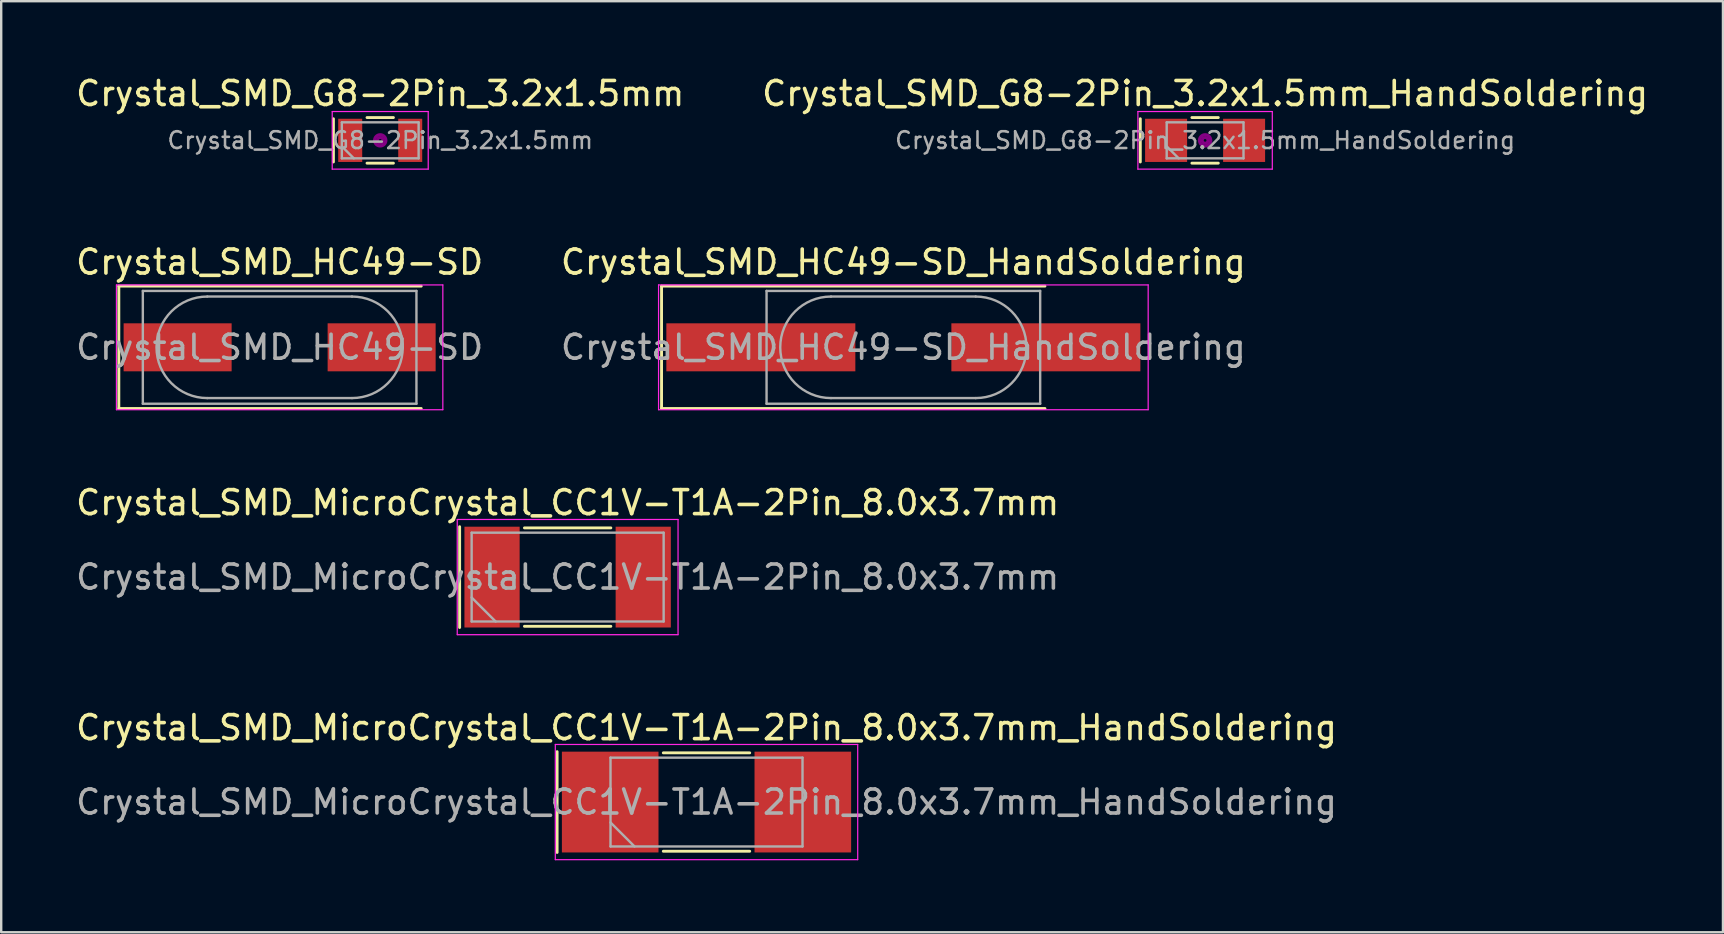
<source format=kicad_pcb>
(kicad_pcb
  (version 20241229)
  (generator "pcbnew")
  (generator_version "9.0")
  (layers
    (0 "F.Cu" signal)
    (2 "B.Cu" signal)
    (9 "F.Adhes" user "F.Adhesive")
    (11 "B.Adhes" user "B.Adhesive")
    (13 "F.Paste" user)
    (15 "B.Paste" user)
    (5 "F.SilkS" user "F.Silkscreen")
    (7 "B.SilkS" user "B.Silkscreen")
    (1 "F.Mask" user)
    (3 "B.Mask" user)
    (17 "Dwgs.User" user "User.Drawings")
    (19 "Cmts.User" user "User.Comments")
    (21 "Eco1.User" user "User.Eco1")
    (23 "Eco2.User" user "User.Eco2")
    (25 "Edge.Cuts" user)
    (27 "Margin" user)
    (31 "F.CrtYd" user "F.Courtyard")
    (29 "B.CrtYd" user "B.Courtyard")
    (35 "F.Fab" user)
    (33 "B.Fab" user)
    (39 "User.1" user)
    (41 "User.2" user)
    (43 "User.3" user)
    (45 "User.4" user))
  (footprint "Crystal_SMD_G8-2Pin_3.2x1.5mm"
    (layer "F.Cu")
    (at 12.792 2.798)
    (property "Reference" "Crystal_SMD_G8-2Pin_3.2x1.5mm" (at 0 -1.95 0) (layer "F.SilkS") (effects (font (size 1 1) (thickness 0.15))))
    (attr smd)
    (fp_line (start -1.95 -0.9) (end -1.95 0.9) (stroke (width 0.12) (type solid)) (layer "F.SilkS"))
    (fp_line (start -0.55 -0.95) (end 0.55 -0.95) (stroke (width 0.12) (type solid)) (layer "F.SilkS"))
    (fp_line (start -0.55 0.95) (end 0.55 0.95) (stroke (width 0.12) (type solid)) (layer "F.SilkS"))
    (fp_circle (center 0 0) (end 0.058 0) (stroke (width 0.117) (type solid)) (fill no) (layer "F.Adhes"))
    (fp_circle (center 0 0) (end 0.133 0) (stroke (width 0.083) (type solid)) (fill no) (layer "F.Adhes"))
    (fp_circle (center 0 0) (end 0.208 0) (stroke (width 0.083) (type solid)) (fill no) (layer "F.Adhes"))
    (fp_circle (center 0 0) (end 0.25 0) (stroke (width 0.1) (type solid)) (fill no) (layer "F.Adhes"))
    (fp_line (start -2 -1.2) (end -2 1.2) (stroke (width 0.05) (type solid)) (layer "F.CrtYd"))
    (fp_line (start -2 1.2) (end 2 1.2) (stroke (width 0.05) (type solid)) (layer "F.CrtYd"))
    (fp_line (start 2 -1.2) (end -2 -1.2) (stroke (width 0.05) (type solid)) (layer "F.CrtYd"))
    (fp_line (start 2 1.2) (end 2 -1.2) (stroke (width 0.05) (type solid)) (layer "F.CrtYd"))
    (fp_line (start -1.6 -0.75) (end -1.6 0.75) (stroke (width 0.1) (type solid)) (layer "F.Fab"))
    (fp_line (start -1.6 0.25) (end -1.1 0.75) (stroke (width 0.1) (type solid)) (layer "F.Fab"))
    (fp_line (start -1.6 0.75) (end 1.6 0.75) (stroke (width 0.1) (type solid)) (layer "F.Fab"))
    (fp_line (start 1.6 -0.75) (end -1.6 -0.75) (stroke (width 0.1) (type solid)) (layer "F.Fab"))
    (fp_line (start 1.6 0.75) (end 1.6 -0.75) (stroke (width 0.1) (type solid)) (layer "F.Fab"))
    (fp_text user "${REFERENCE}" (at 0 0 0) (layer "F.Fab") (effects (font (size 0.7 0.7) (thickness 0.105))))
    (pad "1" smd rect (at -1.25 0) (size 1 1.8) (layers "F.Cu" "F.Mask" "F.Paste"))
    (pad "2" smd rect (at 1.25 0) (size 1 1.8) (layers "F.Cu" "F.Mask" "F.Paste")))
  (footprint "Crystal_SMD_HC49-SD"
    (layer "F.Cu")
    (at 8.601 11.421)
    (property "Reference" "Crystal_SMD_HC49-SD" (at 0 -3.55 0) (layer "F.SilkS") (effects (font (size 1 1) (thickness 0.15))))
    (attr smd)
    (fp_line (start -6.7 -2.55) (end -6.7 2.55) (stroke (width 0.12) (type solid)) (layer "F.SilkS"))
    (fp_line (start -6.7 2.55) (end 5.9 2.55) (stroke (width 0.12) (type solid)) (layer "F.SilkS"))
    (fp_line (start 5.9 -2.55) (end -6.7 -2.55) (stroke (width 0.12) (type solid)) (layer "F.SilkS"))
    (fp_line (start -6.8 -2.6) (end -6.8 2.6) (stroke (width 0.05) (type solid)) (layer "F.CrtYd"))
    (fp_line (start -6.8 2.6) (end 6.8 2.6) (stroke (width 0.05) (type solid)) (layer "F.CrtYd"))
    (fp_line (start 6.8 -2.6) (end -6.8 -2.6) (stroke (width 0.05) (type solid)) (layer "F.CrtYd"))
    (fp_line (start 6.8 2.6) (end 6.8 -2.6) (stroke (width 0.05) (type solid)) (layer "F.CrtYd"))
    (fp_line (start -5.7 -2.35) (end -5.7 2.35) (stroke (width 0.1) (type solid)) (layer "F.Fab"))
    (fp_line (start -5.7 2.35) (end 5.7 2.35) (stroke (width 0.1) (type solid)) (layer "F.Fab"))
    (fp_line (start -3.015 -2.115) (end 3.015 -2.115) (stroke (width 0.1) (type solid)) (layer "F.Fab"))
    (fp_line (start -3.015 2.115) (end 3.015 2.115) (stroke (width 0.1) (type solid)) (layer "F.Fab"))
    (fp_line (start 5.7 -2.35) (end -5.7 -2.35) (stroke (width 0.1) (type solid)) (layer "F.Fab"))
    (fp_line (start 5.7 2.35) (end 5.7 -2.35) (stroke (width 0.1) (type solid)) (layer "F.Fab"))
    (fp_arc (start -3.015 2.115) (mid -5.13 0) (end -3.015 -2.115) (stroke (width 0.1) (type solid)) (layer "F.Fab"))
    (fp_arc (start 3.015 -2.115) (mid 5.13 0) (end 3.015 2.115) (stroke (width 0.1) (type solid)) (layer "F.Fab"))
    (fp_text user "${REFERENCE}" (at 0 0 0) (layer "F.Fab") (effects (font (size 1 1) (thickness 0.15))))
    (pad "1" smd rect (at -4.25 0) (size 4.5 2) (layers "F.Cu" "F.Mask" "F.Paste"))
    (pad "2" smd rect (at 4.25 0) (size 4.5 2) (layers "F.Cu" "F.Mask" "F.Paste")))
  (footprint "Crystal_SMD_HC49-SD_HandSoldering"
    (layer "F.Cu")
    (at 34.589 11.421)
    (property "Reference" "Crystal_SMD_HC49-SD_HandSoldering" (at 0 -3.55 0) (layer "F.SilkS") (effects (font (size 1 1) (thickness 0.15))))
    (attr smd)
    (fp_line (start -10.075 -2.55) (end -10.075 2.55) (stroke (width 0.12) (type solid)) (layer "F.SilkS"))
    (fp_line (start -10.075 2.55) (end 5.9 2.55) (stroke (width 0.12) (type solid)) (layer "F.SilkS"))
    (fp_line (start 5.9 -2.55) (end -10.075 -2.55) (stroke (width 0.12) (type solid)) (layer "F.SilkS"))
    (fp_line (start -10.2 -2.6) (end -10.2 2.6) (stroke (width 0.05) (type solid)) (layer "F.CrtYd"))
    (fp_line (start -10.2 2.6) (end 10.2 2.6) (stroke (width 0.05) (type solid)) (layer "F.CrtYd"))
    (fp_line (start 10.2 -2.6) (end -10.2 -2.6) (stroke (width 0.05) (type solid)) (layer "F.CrtYd"))
    (fp_line (start 10.2 2.6) (end 10.2 -2.6) (stroke (width 0.05) (type solid)) (layer "F.CrtYd"))
    (fp_line (start -5.7 -2.35) (end -5.7 2.35) (stroke (width 0.1) (type solid)) (layer "F.Fab"))
    (fp_line (start -5.7 2.35) (end 5.7 2.35) (stroke (width 0.1) (type solid)) (layer "F.Fab"))
    (fp_line (start -3.015 -2.115) (end 3.015 -2.115) (stroke (width 0.1) (type solid)) (layer "F.Fab"))
    (fp_line (start -3.015 2.115) (end 3.015 2.115) (stroke (width 0.1) (type solid)) (layer "F.Fab"))
    (fp_line (start 5.7 -2.35) (end -5.7 -2.35) (stroke (width 0.1) (type solid)) (layer "F.Fab"))
    (fp_line (start 5.7 2.35) (end 5.7 -2.35) (stroke (width 0.1) (type solid)) (layer "F.Fab"))
    (fp_arc (start -3.015 2.115) (mid -5.13 0) (end -3.015 -2.115) (stroke (width 0.1) (type solid)) (layer "F.Fab"))
    (fp_arc (start 3.015 -2.115) (mid 5.13 0) (end 3.015 2.115) (stroke (width 0.1) (type solid)) (layer "F.Fab"))
    (fp_text user "${REFERENCE}" (at 0 0 0) (layer "F.Fab") (effects (font (size 1 1) (thickness 0.15))))
    (pad "1" smd rect (at -5.938 0) (size 7.875 2) (layers "F.Cu" "F.Mask" "F.Paste"))
    (pad "2" smd rect (at 5.938 0) (size 7.875 2) (layers "F.Cu" "F.Mask" "F.Paste")))
  (footprint "Crystal_SMD_MicroCrystal_CC1V-T1A-2Pin_8.0x3.7mm_HandSoldering"
    (layer "F.Cu")
    (at 26.387 30.368)
    (property "Reference" "Crystal_SMD_MicroCrystal_CC1V-T1A-2Pin_8.0x3.7mm_HandSoldering" (at 0 -3.1 0) (layer "F.SilkS") (effects (font (size 1 1) (thickness 0.15))))
    (attr smd)
    (fp_line (start -6.225 -2.1) (end -6.225 2.1) (stroke (width 0.12) (type solid)) (layer "F.SilkS"))
    (fp_line (start -1.8 -2.05) (end 1.8 -2.05) (stroke (width 0.12) (type solid)) (layer "F.SilkS"))
    (fp_line (start -1.8 2.05) (end 1.8 2.05) (stroke (width 0.12) (type solid)) (layer "F.SilkS"))
    (fp_line (start -6.3 -2.4) (end -6.3 2.4) (stroke (width 0.05) (type solid)) (layer "F.CrtYd"))
    (fp_line (start -6.3 2.4) (end 6.3 2.4) (stroke (width 0.05) (type solid)) (layer "F.CrtYd"))
    (fp_line (start 6.3 -2.4) (end -6.3 -2.4) (stroke (width 0.05) (type solid)) (layer "F.CrtYd"))
    (fp_line (start 6.3 2.4) (end 6.3 -2.4) (stroke (width 0.05) (type solid)) (layer "F.CrtYd"))
    (fp_line (start -4 -1.85) (end -4 1.85) (stroke (width 0.1) (type solid)) (layer "F.Fab"))
    (fp_line (start -4 0.85) (end -3 1.85) (stroke (width 0.1) (type solid)) (layer "F.Fab"))
    (fp_line (start -4 1.85) (end 4 1.85) (stroke (width 0.1) (type solid)) (layer "F.Fab"))
    (fp_line (start 4 -1.85) (end -4 -1.85) (stroke (width 0.1) (type solid)) (layer "F.Fab"))
    (fp_line (start 4 1.85) (end 4 -1.85) (stroke (width 0.1) (type solid)) (layer "F.Fab"))
    (fp_text user "${REFERENCE}" (at 0 0 0) (layer "F.Fab") (effects (font (size 1 1) (thickness 0.15))))
    (pad "1" smd rect (at -4.013 0) (size 4.025 4.2) (layers "F.Cu" "F.Mask" "F.Paste"))
    (pad "2" smd rect (at 4.013 0) (size 4.025 4.2) (layers "F.Cu" "F.Mask" "F.Paste")))
  (footprint "Crystal_SMD_G8-2Pin_3.2x1.5mm_HandSoldering"
    (layer "F.Cu")
    (at 47.161 2.798)
    (property "Reference" "Crystal_SMD_G8-2Pin_3.2x1.5mm_HandSoldering" (at 0 -1.95 0) (layer "F.SilkS") (effects (font (size 1 1) (thickness 0.15))))
    (attr smd)
    (fp_line (start -2.7 -0.9) (end -2.7 0.9) (stroke (width 0.12) (type solid)) (layer "F.SilkS"))
    (fp_line (start -0.55 -0.95) (end 0.55 -0.95) (stroke (width 0.12) (type solid)) (layer "F.SilkS"))
    (fp_line (start -0.55 0.95) (end 0.55 0.95) (stroke (width 0.12) (type solid)) (layer "F.SilkS"))
    (fp_circle (center 0 0) (end 0.058 0) (stroke (width 0.117) (type solid)) (fill no) (layer "F.Adhes"))
    (fp_circle (center 0 0) (end 0.133 0) (stroke (width 0.083) (type solid)) (fill no) (layer "F.Adhes"))
    (fp_circle (center 0 0) (end 0.208 0) (stroke (width 0.083) (type solid)) (fill no) (layer "F.Adhes"))
    (fp_circle (center 0 0) (end 0.25 0) (stroke (width 0.1) (type solid)) (fill no) (layer "F.Adhes"))
    (fp_line (start -2.8 -1.2) (end -2.8 1.2) (stroke (width 0.05) (type solid)) (layer "F.CrtYd"))
    (fp_line (start -2.8 1.2) (end 2.8 1.2) (stroke (width 0.05) (type solid)) (layer "F.CrtYd"))
    (fp_line (start 2.8 -1.2) (end -2.8 -1.2) (stroke (width 0.05) (type solid)) (layer "F.CrtYd"))
    (fp_line (start 2.8 1.2) (end 2.8 -1.2) (stroke (width 0.05) (type solid)) (layer "F.CrtYd"))
    (fp_line (start -1.6 -0.75) (end -1.6 0.75) (stroke (width 0.1) (type solid)) (layer "F.Fab"))
    (fp_line (start -1.6 0.25) (end -1.1 0.75) (stroke (width 0.1) (type solid)) (layer "F.Fab"))
    (fp_line (start -1.6 0.75) (end 1.6 0.75) (stroke (width 0.1) (type solid)) (layer "F.Fab"))
    (fp_line (start 1.6 -0.75) (end -1.6 -0.75) (stroke (width 0.1) (type solid)) (layer "F.Fab"))
    (fp_line (start 1.6 0.75) (end 1.6 -0.75) (stroke (width 0.1) (type solid)) (layer "F.Fab"))
    (fp_text user "${REFERENCE}" (at 0 0 0) (layer "F.Fab") (effects (font (size 0.7 0.7) (thickness 0.105))))
    (pad "1" smd rect (at -1.625 0) (size 1.75 1.8) (layers "F.Cu" "F.Mask" "F.Paste"))
    (pad "2" smd rect (at 1.625 0) (size 1.75 1.8) (layers "F.Cu" "F.Mask" "F.Paste")))
  (footprint "Crystal_SMD_MicroCrystal_CC1V-T1A-2Pin_8.0x3.7mm"
    (layer "F.Cu")
    (at 20.601 20.995)
    (property "Reference" "Crystal_SMD_MicroCrystal_CC1V-T1A-2Pin_8.0x3.7mm" (at 0 -3.1 0) (layer "F.SilkS") (effects (font (size 1 1) (thickness 0.15))))
    (attr smd)
    (fp_line (start -4.5 -2.1) (end -4.5 2.1) (stroke (width 0.12) (type solid)) (layer "F.SilkS"))
    (fp_line (start -1.8 -2.05) (end 1.8 -2.05) (stroke (width 0.12) (type solid)) (layer "F.SilkS"))
    (fp_line (start -1.8 2.05) (end 1.8 2.05) (stroke (width 0.12) (type solid)) (layer "F.SilkS"))
    (fp_line (start -4.6 -2.4) (end -4.6 2.4) (stroke (width 0.05) (type solid)) (layer "F.CrtYd"))
    (fp_line (start -4.6 2.4) (end 4.6 2.4) (stroke (width 0.05) (type solid)) (layer "F.CrtYd"))
    (fp_line (start 4.6 -2.4) (end -4.6 -2.4) (stroke (width 0.05) (type solid)) (layer "F.CrtYd"))
    (fp_line (start 4.6 2.4) (end 4.6 -2.4) (stroke (width 0.05) (type solid)) (layer "F.CrtYd"))
    (fp_line (start -4 -1.85) (end -4 1.85) (stroke (width 0.1) (type solid)) (layer "F.Fab"))
    (fp_line (start -4 0.85) (end -3 1.85) (stroke (width 0.1) (type solid)) (layer "F.Fab"))
    (fp_line (start -4 1.85) (end 4 1.85) (stroke (width 0.1) (type solid)) (layer "F.Fab"))
    (fp_line (start 4 -1.85) (end -4 -1.85) (stroke (width 0.1) (type solid)) (layer "F.Fab"))
    (fp_line (start 4 1.85) (end 4 -1.85) (stroke (width 0.1) (type solid)) (layer "F.Fab"))
    (fp_text user "${REFERENCE}" (at 0 0 0) (layer "F.Fab") (effects (font (size 1 1) (thickness 0.15))))
    (pad "1" smd rect (at -3.15 0) (size 2.3 4.2) (layers "F.Cu" "F.Mask" "F.Paste"))
    (pad "2" smd rect (at 3.15 0) (size 2.3 4.2) (layers "F.Cu" "F.Mask" "F.Paste")))
  (gr_rect
    (start -3 -3)
    (end 68.738 35.793)
    (stroke (width 0.1) (type default))
    (fill no)
    (layer "Edge.Cuts")))
</source>
